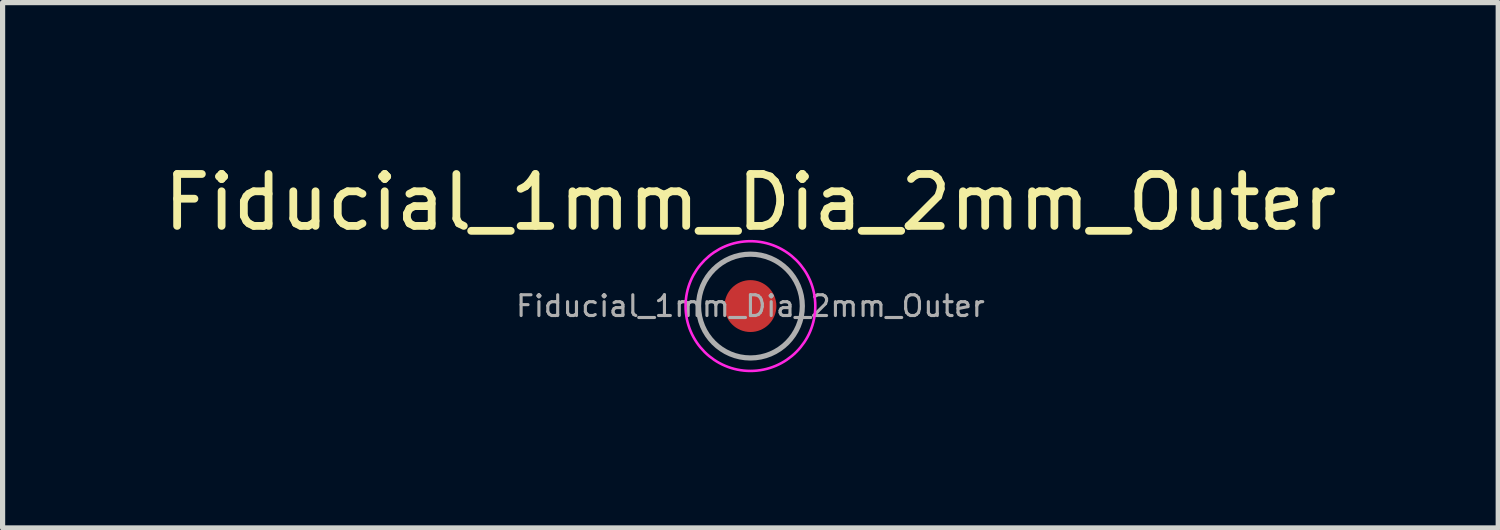
<source format=kicad_pcb>
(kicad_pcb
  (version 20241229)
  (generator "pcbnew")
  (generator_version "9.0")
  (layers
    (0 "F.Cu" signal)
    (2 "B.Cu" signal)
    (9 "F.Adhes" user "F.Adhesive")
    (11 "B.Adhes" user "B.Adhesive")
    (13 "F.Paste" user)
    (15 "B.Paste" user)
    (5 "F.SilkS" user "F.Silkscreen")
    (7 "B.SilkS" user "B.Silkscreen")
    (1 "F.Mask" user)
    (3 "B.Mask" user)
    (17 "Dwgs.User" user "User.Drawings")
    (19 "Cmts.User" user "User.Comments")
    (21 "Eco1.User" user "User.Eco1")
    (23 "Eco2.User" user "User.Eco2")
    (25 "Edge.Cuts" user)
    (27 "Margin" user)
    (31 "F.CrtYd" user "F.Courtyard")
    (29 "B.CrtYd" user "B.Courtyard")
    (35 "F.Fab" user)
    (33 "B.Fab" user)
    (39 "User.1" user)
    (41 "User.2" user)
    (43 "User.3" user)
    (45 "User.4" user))
  (footprint "Fiducial_1mm_Dia_2mm_Outer"
    (layer "F.Cu")
    (at 11.411 2.848)
    (property "Reference" "Fiducial_1mm_Dia_2mm_Outer" (at 0 -2 0) (layer "F.SilkS") (effects (font (size 1 1) (thickness 0.15))))
    (attr exclude_from_pos_files exclude_from_bom)
    (fp_circle (center 0 0) (end 1.25 0) (stroke (width 0.05) (type solid)) (fill no) (layer "F.CrtYd"))
    (fp_circle (center 0 0) (end 1 0) (stroke (width 0.1) (type solid)) (fill no) (layer "F.Fab"))
    (fp_text user "${REFERENCE}" (at 0 0 0) (layer "F.Fab") (effects (font (size 0.4 0.4) (thickness 0.06))))
    (pad "~" smd circle (at 0 0) (size 1 1) (layers "F.Cu" "F.Mask")))
  (gr_rect
    (start -3 -3)
    (end 25.821 7.123)
    (stroke (width 0.1) (type default))
    (fill no)
    (layer "Edge.Cuts")))
</source>
